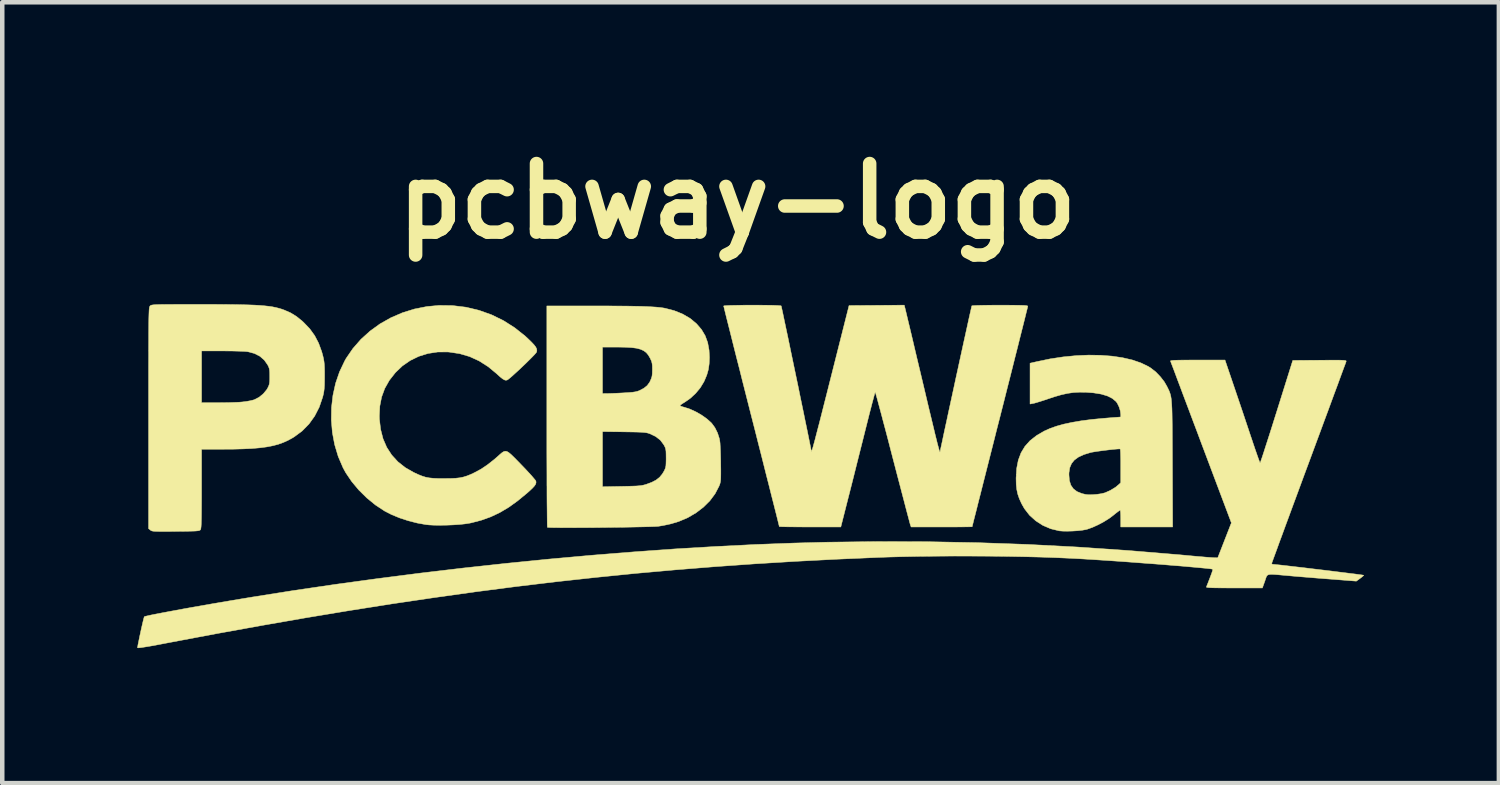
<source format=kicad_pcb>
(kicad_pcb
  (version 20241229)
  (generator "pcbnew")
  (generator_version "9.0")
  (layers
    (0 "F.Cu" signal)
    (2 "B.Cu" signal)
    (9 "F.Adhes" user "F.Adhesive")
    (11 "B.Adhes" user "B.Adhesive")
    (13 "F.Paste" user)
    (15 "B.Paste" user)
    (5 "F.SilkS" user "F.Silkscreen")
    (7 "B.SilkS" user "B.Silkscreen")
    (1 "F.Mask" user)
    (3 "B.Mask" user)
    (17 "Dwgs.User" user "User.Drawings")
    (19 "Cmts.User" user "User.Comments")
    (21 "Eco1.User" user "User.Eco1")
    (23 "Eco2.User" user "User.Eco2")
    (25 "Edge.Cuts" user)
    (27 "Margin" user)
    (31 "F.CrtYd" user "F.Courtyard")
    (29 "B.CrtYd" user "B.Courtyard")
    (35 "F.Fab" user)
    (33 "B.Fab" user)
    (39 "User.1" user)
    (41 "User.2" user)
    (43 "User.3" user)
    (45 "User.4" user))
  (footprint "pcbway-logo"
    (layer "F.Cu")
    (at 13.332 7.218)
    (property "Reference" "pcbway-logo" (at 0 -5.8 0) (layer "F.SilkS") (effects (font (size 1.524 1.524) (thickness 0.3))))
    (attr through_hole)
    (fp_poly (pts (xy -6.325 -3.479) (xy -6.029 -3.443) (xy -5.74 -3.374) (xy -5.462 -3.275) (xy -5.196 -3.145) (xy -4.946 -2.986) (xy -4.711 -2.799) (xy -4.649 -2.741) (xy -4.57 -2.664) (xy -4.514 -2.604) (xy -4.479 -2.557) (xy -4.46 -2.517) (xy -4.455 -2.481) (xy -4.46 -2.449) (xy -4.475 -2.427) (xy -4.51 -2.387) (xy -4.563 -2.332) (xy -4.629 -2.266) (xy -4.703 -2.193) (xy -4.782 -2.118) (xy -4.861 -2.043) (xy -4.937 -1.974) (xy -5.004 -1.913) (xy -5.06 -1.865) (xy -5.1 -1.834) (xy -5.116 -1.825) (xy -5.144 -1.82) (xy -5.175 -1.828) (xy -5.215 -1.851) (xy -5.268 -1.893) (xy -5.339 -1.957) (xy -5.342 -1.961) (xy -5.537 -2.122) (xy -5.738 -2.25) (xy -5.948 -2.346) (xy -6.169 -2.411) (xy -6.402 -2.446) (xy -6.435 -2.449) (xy -6.658 -2.448) (xy -6.873 -2.415) (xy -7.077 -2.352) (xy -7.267 -2.26) (xy -7.442 -2.139) (xy -7.597 -1.991) (xy -7.733 -1.817) (xy -7.733 -1.817) (xy -7.834 -1.638) (xy -7.904 -1.448) (xy -7.944 -1.245) (xy -7.955 -1.028) (xy -7.953 -0.957) (xy -7.926 -0.729) (xy -7.872 -0.519) (xy -7.79 -0.33) (xy -7.68 -0.16) (xy -7.543 -0.01) (xy -7.379 0.12) (xy -7.189 0.229) (xy -7.188 0.229) (xy -7.091 0.274) (xy -7.006 0.308) (xy -6.927 0.333) (xy -6.844 0.349) (xy -6.752 0.358) (xy -6.64 0.363) (xy -6.511 0.363) (xy -6.374 0.362) (xy -6.263 0.357) (xy -6.17 0.347) (xy -6.087 0.33) (xy -6.007 0.305) (xy -5.922 0.271) (xy -5.834 0.229) (xy -5.693 0.153) (xy -5.551 0.057) (xy -5.401 -0.061) (xy -5.324 -0.128) (xy -5.271 -0.176) (xy -5.228 -0.212) (xy -5.191 -0.235) (xy -5.157 -0.244) (xy -5.12 -0.238) (xy -5.079 -0.214) (xy -5.028 -0.172) (xy -4.964 -0.11) (xy -4.882 -0.027) (xy -4.797 0.061) (xy -4.713 0.148) (xy -4.637 0.23) (xy -4.572 0.301) (xy -4.522 0.36) (xy -4.488 0.401) (xy -4.476 0.42) (xy -4.473 0.453) (xy -4.481 0.486) (xy -4.505 0.524) (xy -4.547 0.571) (xy -4.61 0.631) (xy -4.674 0.688) (xy -4.882 0.859) (xy -5.082 1.003) (xy -5.28 1.12) (xy -5.481 1.215) (xy -5.691 1.29) (xy -5.914 1.348) (xy -5.956 1.356) (xy -6.052 1.371) (xy -6.173 1.384) (xy -6.31 1.393) (xy -6.455 1.399) (xy -6.599 1.401) (xy -6.734 1.4) (xy -6.85 1.394) (xy -6.917 1.387) (xy -7.112 1.352) (xy -7.312 1.301) (xy -7.507 1.237) (xy -7.688 1.162) (xy -7.838 1.085) (xy -8.041 0.951) (xy -8.233 0.794) (xy -8.411 0.618) (xy -8.568 0.43) (xy -8.7 0.235) (xy -8.761 0.123) (xy -8.868 -0.126) (xy -8.947 -0.389) (xy -8.998 -0.66) (xy -9.021 -0.936) (xy -9.017 -1.213) (xy -8.985 -1.486) (xy -8.926 -1.753) (xy -8.839 -2.007) (xy -8.725 -2.247) (xy -8.694 -2.303) (xy -8.542 -2.525) (xy -8.364 -2.729) (xy -8.163 -2.911) (xy -7.941 -3.072) (xy -7.7 -3.208) (xy -7.444 -3.319) (xy -7.175 -3.403) (xy -6.896 -3.458) (xy -6.628 -3.483) (xy -6.325 -3.479)) (stroke (width 0.01) (type solid)) (fill yes) (layer "F.SilkS"))
    (fp_poly (pts (xy 8.07 -2.375) (xy 8.323 -2.356) (xy 8.558 -2.321) (xy 8.774 -2.271) (xy 8.966 -2.205) (xy 9.131 -2.125) (xy 9.185 -2.091) (xy 9.293 -2.007) (xy 9.395 -1.901) (xy 9.484 -1.787) (xy 9.54 -1.69) (xy 9.561 -1.648) (xy 9.579 -1.611) (xy 9.595 -1.576) (xy 9.608 -1.541) (xy 9.62 -1.503) (xy 9.63 -1.461) (xy 9.638 -1.411) (xy 9.644 -1.352) (xy 9.649 -1.28) (xy 9.654 -1.194) (xy 9.657 -1.091) (xy 9.659 -0.968) (xy 9.661 -0.824) (xy 9.662 -0.656) (xy 9.663 -0.461) (xy 9.664 -0.238) (xy 9.665 0.017) (xy 9.665 0.038) (xy 9.67 1.439) (xy 8.517 1.439) (xy 8.517 1.253) (xy 8.516 1.178) (xy 8.513 1.118) (xy 8.508 1.078) (xy 8.502 1.067) (xy 8.484 1.077) (xy 8.446 1.105) (xy 8.394 1.145) (xy 8.354 1.178) (xy 8.257 1.251) (xy 8.141 1.323) (xy 8.016 1.39) (xy 7.893 1.446) (xy 7.78 1.487) (xy 7.739 1.498) (xy 7.659 1.512) (xy 7.558 1.523) (xy 7.447 1.53) (xy 7.336 1.533) (xy 7.236 1.532) (xy 7.157 1.526) (xy 7.149 1.525) (xy 6.961 1.479) (xy 6.786 1.404) (xy 6.629 1.303) (xy 6.491 1.179) (xy 6.377 1.032) (xy 6.315 0.923) (xy 6.264 0.811) (xy 6.229 0.709) (xy 6.207 0.607) (xy 6.195 0.495) (xy 6.192 0.36) (xy 6.192 0.347) (xy 6.197 0.279) (xy 7.366 0.279) (xy 7.376 0.407) (xy 7.408 0.51) (xy 7.464 0.591) (xy 7.545 0.653) (xy 7.654 0.697) (xy 7.739 0.717) (xy 7.806 0.724) (xy 7.893 0.722) (xy 7.989 0.714) (xy 8.081 0.701) (xy 8.156 0.683) (xy 8.169 0.679) (xy 8.286 0.627) (xy 8.398 0.559) (xy 8.471 0.499) (xy 8.517 0.456) (xy 8.517 0.085) (xy 8.517 -0.024) (xy 8.515 -0.12) (xy 8.513 -0.2) (xy 8.51 -0.258) (xy 8.506 -0.289) (xy 8.505 -0.293) (xy 8.482 -0.295) (xy 8.433 -0.292) (xy 8.363 -0.286) (xy 8.279 -0.277) (xy 8.187 -0.266) (xy 8.093 -0.254) (xy 8.005 -0.242) (xy 7.928 -0.23) (xy 7.869 -0.22) (xy 7.847 -0.215) (xy 7.697 -0.169) (xy 7.578 -0.114) (xy 7.487 -0.048) (xy 7.424 0.03) (xy 7.384 0.124) (xy 7.367 0.236) (xy 7.366 0.279) (xy 6.197 0.279) (xy 6.205 0.139) (xy 6.241 -0.045) (xy 6.302 -0.208) (xy 6.389 -0.352) (xy 6.504 -0.48) (xy 6.647 -0.592) (xy 6.817 -0.691) (xy 6.946 -0.749) (xy 7.09 -0.8) (xy 7.251 -0.845) (xy 7.434 -0.884) (xy 7.639 -0.919) (xy 7.87 -0.949) (xy 8.131 -0.974) (xy 8.352 -0.992) (xy 8.517 -1.004) (xy 8.517 -1.058) (xy 8.507 -1.141) (xy 8.479 -1.23) (xy 8.44 -1.31) (xy 8.413 -1.347) (xy 8.331 -1.416) (xy 8.222 -1.471) (xy 8.082 -1.513) (xy 7.913 -1.54) (xy 7.746 -1.553) (xy 7.604 -1.555) (xy 7.47 -1.548) (xy 7.337 -1.529) (xy 7.197 -1.498) (xy 7.041 -1.453) (xy 6.912 -1.41) (xy 6.817 -1.378) (xy 6.727 -1.349) (xy 6.651 -1.326) (xy 6.595 -1.31) (xy 6.574 -1.306) (xy 6.502 -1.292) (xy 6.502 -2.199) (xy 6.655 -2.234) (xy 6.948 -2.295) (xy 7.239 -2.339) (xy 7.525 -2.367) (xy 7.803 -2.379) (xy 8.07 -2.375)) (stroke (width 0.01) (type solid)) (fill yes) (layer "F.SilkS"))
    (fp_poly (pts (xy -11.948 -3.505) (xy -11.676 -3.505) (xy -11.435 -3.504) (xy -11.224 -3.502) (xy -11.038 -3.499) (xy -10.876 -3.495) (xy -10.735 -3.49) (xy -10.613 -3.483) (xy -10.506 -3.474) (xy -10.414 -3.464) (xy -10.332 -3.452) (xy -10.258 -3.437) (xy -10.19 -3.42) (xy -10.126 -3.401) (xy -10.07 -3.381) (xy -9.928 -3.319) (xy -9.797 -3.239) (xy -9.668 -3.135) (xy -9.638 -3.107) (xy -9.501 -2.964) (xy -9.391 -2.812) (xy -9.304 -2.645) (xy -9.235 -2.457) (xy -9.208 -2.359) (xy -9.194 -2.298) (xy -9.184 -2.24) (xy -9.177 -2.177) (xy -9.173 -2.103) (xy -9.171 -2.009) (xy -9.171 -1.905) (xy -9.172 -1.79) (xy -9.174 -1.702) (xy -9.179 -1.632) (xy -9.186 -1.573) (xy -9.196 -1.517) (xy -9.211 -1.456) (xy -9.216 -1.438) (xy -9.29 -1.222) (xy -9.391 -1.025) (xy -9.518 -0.848) (xy -9.669 -0.694) (xy -9.844 -0.564) (xy -9.883 -0.54) (xy -9.985 -0.484) (xy -10.09 -0.437) (xy -10.201 -0.397) (xy -10.323 -0.365) (xy -10.459 -0.339) (xy -10.611 -0.319) (xy -10.784 -0.304) (xy -10.981 -0.295) (xy -11.204 -0.289) (xy -11.441 -0.288) (xy -11.904 -0.288) (xy -11.904 0.589) (xy -11.904 0.789) (xy -11.905 0.958) (xy -11.906 1.098) (xy -11.907 1.213) (xy -11.909 1.303) (xy -11.911 1.373) (xy -11.914 1.425) (xy -11.918 1.462) (xy -11.922 1.485) (xy -11.927 1.499) (xy -11.928 1.5) (xy -11.937 1.509) (xy -11.949 1.516) (xy -11.969 1.522) (xy -12.001 1.526) (xy -12.048 1.53) (xy -12.114 1.532) (xy -12.202 1.534) (xy -12.317 1.536) (xy -12.461 1.537) (xy -12.476 1.537) (xy -12.623 1.539) (xy -12.74 1.539) (xy -12.831 1.539) (xy -12.9 1.538) (xy -12.95 1.536) (xy -12.985 1.532) (xy -13.009 1.527) (xy -13.025 1.52) (xy -13.039 1.511) (xy -13.04 1.509) (xy -13.081 1.476) (xy -13.081 -0.979) (xy -13.081 -1.316) (xy -13.081 -1.321) (xy -11.904 -1.321) (xy -11.533 -1.321) (xy -11.411 -1.322) (xy -11.289 -1.324) (xy -11.173 -1.328) (xy -11.074 -1.332) (xy -10.999 -1.338) (xy -10.99 -1.339) (xy -10.905 -1.35) (xy -10.821 -1.365) (xy -10.752 -1.382) (xy -10.728 -1.39) (xy -10.624 -1.444) (xy -10.529 -1.523) (xy -10.453 -1.616) (xy -10.434 -1.649) (xy -10.413 -1.693) (xy -10.399 -1.734) (xy -10.392 -1.782) (xy -10.389 -1.846) (xy -10.389 -1.905) (xy -10.39 -1.987) (xy -10.394 -2.044) (xy -10.403 -2.089) (xy -10.419 -2.13) (xy -10.435 -2.161) (xy -10.51 -2.268) (xy -10.609 -2.354) (xy -10.731 -2.416) (xy -10.872 -2.453) (xy -10.884 -2.455) (xy -10.932 -2.46) (xy -11.008 -2.464) (xy -11.106 -2.467) (xy -11.22 -2.47) (xy -11.344 -2.471) (xy -11.451 -2.472) (xy -11.904 -2.472) (xy -11.904 -1.321) (xy -13.081 -1.321) (xy -13.081 -1.62) (xy -13.081 -1.894) (xy -13.081 -2.139) (xy -13.08 -2.357) (xy -13.08 -2.549) (xy -13.079 -2.717) (xy -13.079 -2.862) (xy -13.078 -2.987) (xy -13.077 -3.093) (xy -13.076 -3.182) (xy -13.074 -3.255) (xy -13.072 -3.314) (xy -13.07 -3.36) (xy -13.068 -3.395) (xy -13.065 -3.422) (xy -13.062 -3.44) (xy -13.058 -3.453) (xy -13.054 -3.462) (xy -13.05 -3.468) (xy -13.049 -3.47) (xy -13.042 -3.477) (xy -13.033 -3.483) (xy -13.02 -3.488) (xy -13.001 -3.492) (xy -12.972 -3.496) (xy -12.932 -3.499) (xy -12.877 -3.501) (xy -12.805 -3.503) (xy -12.714 -3.504) (xy -12.601 -3.504) (xy -12.463 -3.505) (xy -12.299 -3.505) (xy -12.105 -3.505) (xy -11.948 -3.505)) (stroke (width 0.01) (type solid)) (fill yes) (layer "F.SilkS"))
    (fp_poly (pts (xy -3.179 -3.471) (xy -2.914 -3.471) (xy -2.68 -3.469) (xy -2.475 -3.468) (xy -2.297 -3.465) (xy -2.143 -3.462) (xy -2.011 -3.457) (xy -1.899 -3.451) (xy -1.804 -3.445) (xy -1.723 -3.437) (xy -1.655 -3.428) (xy -1.609 -3.42) (xy -1.402 -3.366) (xy -1.214 -3.29) (xy -1.048 -3.193) (xy -0.908 -3.076) (xy -0.906 -3.074) (xy -0.797 -2.947) (xy -0.715 -2.809) (xy -0.66 -2.658) (xy -0.629 -2.489) (xy -0.621 -2.328) (xy -0.627 -2.183) (xy -0.645 -2.057) (xy -0.679 -1.938) (xy -0.732 -1.811) (xy -0.746 -1.782) (xy -0.825 -1.652) (xy -0.929 -1.527) (xy -1.05 -1.416) (xy -1.173 -1.331) (xy -1.225 -1.299) (xy -1.262 -1.272) (xy -1.276 -1.255) (xy -1.275 -1.253) (xy -1.252 -1.242) (xy -1.208 -1.228) (xy -1.178 -1.22) (xy -1.055 -1.18) (xy -0.924 -1.12) (xy -0.795 -1.046) (xy -0.678 -0.963) (xy -0.582 -0.877) (xy -0.569 -0.863) (xy -0.499 -0.767) (xy -0.441 -0.65) (xy -0.401 -0.526) (xy -0.391 -0.474) (xy -0.385 -0.425) (xy -0.381 -0.349) (xy -0.376 -0.251) (xy -0.373 -0.14) (xy -0.37 -0.021) (xy -0.37 0.034) (xy -0.368 0.16) (xy -0.368 0.258) (xy -0.369 0.332) (xy -0.371 0.388) (xy -0.376 0.43) (xy -0.383 0.464) (xy -0.392 0.494) (xy -0.405 0.526) (xy -0.408 0.534) (xy -0.495 0.701) (xy -0.611 0.857) (xy -0.754 0.999) (xy -0.919 1.125) (xy -1.103 1.233) (xy -1.304 1.318) (xy -1.474 1.369) (xy -1.563 1.389) (xy -1.661 1.409) (xy -1.749 1.423) (xy -1.753 1.424) (xy -1.791 1.427) (xy -1.859 1.43) (xy -1.951 1.433) (xy -2.066 1.436) (xy -2.199 1.439) (xy -2.348 1.442) (xy -2.509 1.445) (xy -2.679 1.447) (xy -2.854 1.449) (xy -3.032 1.451) (xy -3.209 1.453) (xy -3.382 1.454) (xy -3.547 1.454) (xy -3.702 1.455) (xy -3.842 1.455) (xy -3.966 1.454) (xy -4.068 1.453) (xy -4.147 1.452) (xy -4.199 1.449) (xy -4.22 1.447) (xy -4.221 1.447) (xy -4.222 1.428) (xy -4.224 1.378) (xy -4.225 1.298) (xy -4.226 1.19) (xy -4.227 1.055) (xy -4.229 0.896) (xy -4.23 0.715) (xy -4.23 0.546) (xy -2.997 0.546) (xy -2.57 0.538) (xy -2.435 0.535) (xy -2.329 0.532) (xy -2.246 0.529) (xy -2.182 0.524) (xy -2.132 0.518) (xy -2.089 0.51) (xy -2.05 0.5) (xy -2.024 0.492) (xy -1.9 0.446) (xy -1.805 0.396) (xy -1.73 0.337) (xy -1.669 0.264) (xy -1.628 0.196) (xy -1.609 0.156) (xy -1.596 0.12) (xy -1.588 0.079) (xy -1.585 0.024) (xy -1.583 -0.054) (xy -1.583 -0.093) (xy -1.584 -0.18) (xy -1.586 -0.242) (xy -1.592 -0.286) (xy -1.602 -0.322) (xy -1.619 -0.358) (xy -1.636 -0.389) (xy -1.712 -0.49) (xy -1.816 -0.571) (xy -1.942 -0.631) (xy -1.974 -0.642) (xy -2.006 -0.651) (xy -2.043 -0.657) (xy -2.09 -0.662) (xy -2.152 -0.666) (xy -2.232 -0.669) (xy -2.335 -0.671) (xy -2.467 -0.673) (xy -2.519 -0.674) (xy -2.997 -0.68) (xy -2.997 0.546) (xy -4.23 0.546) (xy -4.231 0.513) (xy -4.231 0.292) (xy -4.232 0.054) (xy -4.233 -0.198) (xy -4.233 -0.464) (xy -4.233 -0.74) (xy -4.233 -1.019) (xy -4.233 -2.557) (xy -2.997 -2.557) (xy -2.997 -1.524) (xy -2.891 -1.525) (xy -2.836 -1.526) (xy -2.756 -1.529) (xy -2.661 -1.533) (xy -2.56 -1.538) (xy -2.523 -1.54) (xy -2.413 -1.547) (xy -2.33 -1.554) (xy -2.268 -1.563) (xy -2.219 -1.575) (xy -2.177 -1.59) (xy -2.176 -1.591) (xy -2.077 -1.643) (xy -2.004 -1.702) (xy -1.95 -1.775) (xy -1.933 -1.81) (xy -1.91 -1.864) (xy -1.896 -1.914) (xy -1.89 -1.973) (xy -1.888 -2.052) (xy -1.888 -2.059) (xy -1.889 -2.137) (xy -1.895 -2.193) (xy -1.906 -2.239) (xy -1.927 -2.287) (xy -1.939 -2.312) (xy -1.979 -2.38) (xy -2.025 -2.435) (xy -2.082 -2.477) (xy -2.152 -2.509) (xy -2.24 -2.532) (xy -2.349 -2.546) (xy -2.485 -2.554) (xy -2.649 -2.557) (xy -2.662 -2.557) (xy -2.997 -2.557) (xy -4.233 -2.557) (xy -4.233 -3.471) (xy -3.179 -3.471)) (stroke (width 0.01) (type solid)) (fill yes) (layer "F.SilkS"))
    (fp_poly (pts (xy 0.52 -3.488) (xy 0.638 -3.487) (xy 0.746 -3.486) (xy 0.837 -3.483) (xy 0.909 -3.48) (xy 0.956 -3.476) (xy 0.973 -3.472) (xy 0.978 -3.454) (xy 0.988 -3.406) (xy 1.005 -3.33) (xy 1.026 -3.229) (xy 1.052 -3.105) (xy 1.082 -2.963) (xy 1.116 -2.804) (xy 1.152 -2.631) (xy 1.19 -2.447) (xy 1.23 -2.255) (xy 1.271 -2.058) (xy 1.313 -1.857) (xy 1.355 -1.657) (xy 1.395 -1.459) (xy 1.435 -1.267) (xy 1.473 -1.084) (xy 1.508 -0.911) (xy 1.541 -0.753) (xy 1.57 -0.611) (xy 1.595 -0.488) (xy 1.615 -0.387) (xy 1.63 -0.312) (xy 1.64 -0.264) (xy 1.642 -0.247) (xy 1.644 -0.237) (xy 1.648 -0.24) (xy 1.655 -0.256) (xy 1.665 -0.288) (xy 1.68 -0.336) (xy 1.698 -0.403) (xy 1.722 -0.489) (xy 1.75 -0.598) (xy 1.784 -0.729) (xy 1.825 -0.885) (xy 1.871 -1.066) (xy 1.924 -1.276) (xy 1.985 -1.515) (xy 2.053 -1.785) (xy 2.074 -1.868) (xy 2.481 -3.48) (xy 3.094 -3.484) (xy 3.707 -3.489) (xy 3.724 -3.425) (xy 3.73 -3.4) (xy 3.744 -3.343) (xy 3.764 -3.259) (xy 3.79 -3.149) (xy 3.822 -3.016) (xy 3.859 -2.862) (xy 3.9 -2.689) (xy 3.944 -2.501) (xy 3.992 -2.298) (xy 4.043 -2.085) (xy 4.096 -1.862) (xy 4.106 -1.82) (xy 4.171 -1.546) (xy 4.228 -1.304) (xy 4.279 -1.091) (xy 4.324 -0.905) (xy 4.362 -0.747) (xy 4.394 -0.612) (xy 4.422 -0.501) (xy 4.444 -0.411) (xy 4.463 -0.341) (xy 4.477 -0.289) (xy 4.488 -0.253) (xy 4.495 -0.231) (xy 4.5 -0.223) (xy 4.503 -0.226) (xy 4.503 -0.23) (xy 4.507 -0.251) (xy 4.517 -0.302) (xy 4.534 -0.38) (xy 4.556 -0.482) (xy 4.582 -0.607) (xy 4.613 -0.751) (xy 4.648 -0.911) (xy 4.685 -1.085) (xy 4.725 -1.269) (xy 4.767 -1.462) (xy 4.81 -1.66) (xy 4.853 -1.861) (xy 4.897 -2.061) (xy 4.94 -2.259) (xy 4.982 -2.451) (xy 5.022 -2.635) (xy 5.06 -2.807) (xy 5.095 -2.966) (xy 5.126 -3.108) (xy 5.153 -3.231) (xy 5.176 -3.332) (xy 5.193 -3.407) (xy 5.204 -3.456) (xy 5.208 -3.473) (xy 5.227 -3.477) (xy 5.275 -3.48) (xy 5.35 -3.483) (xy 5.447 -3.485) (xy 5.563 -3.487) (xy 5.693 -3.488) (xy 5.834 -3.488) (xy 5.835 -3.488) (xy 6 -3.488) (xy 6.134 -3.487) (xy 6.24 -3.486) (xy 6.321 -3.484) (xy 6.38 -3.482) (xy 6.419 -3.478) (xy 6.442 -3.473) (xy 6.451 -3.468) (xy 6.452 -3.466) (xy 6.448 -3.447) (xy 6.436 -3.397) (xy 6.416 -3.318) (xy 6.39 -3.212) (xy 6.357 -3.08) (xy 6.318 -2.925) (xy 6.273 -2.747) (xy 6.224 -2.55) (xy 6.169 -2.334) (xy 6.111 -2.102) (xy 6.049 -1.856) (xy 5.983 -1.597) (xy 5.915 -1.326) (xy 5.844 -1.047) (xy 5.834 -1.007) (xy 5.762 -0.727) (xy 5.694 -0.456) (xy 5.628 -0.196) (xy 5.565 0.052) (xy 5.506 0.285) (xy 5.451 0.502) (xy 5.401 0.701) (xy 5.355 0.88) (xy 5.316 1.037) (xy 5.282 1.17) (xy 5.254 1.279) (xy 5.234 1.36) (xy 5.221 1.412) (xy 5.216 1.434) (xy 5.215 1.434) (xy 5.199 1.435) (xy 5.153 1.436) (xy 5.079 1.437) (xy 4.983 1.438) (xy 4.867 1.439) (xy 4.735 1.439) (xy 4.591 1.439) (xy 4.538 1.439) (xy 3.86 1.439) (xy 3.846 1.401) (xy 3.839 1.379) (xy 3.825 1.327) (xy 3.804 1.247) (xy 3.776 1.142) (xy 3.742 1.013) (xy 3.703 0.863) (xy 3.659 0.695) (xy 3.611 0.511) (xy 3.559 0.314) (xy 3.505 0.106) (xy 3.452 -0.097) (xy 3.396 -0.313) (xy 3.343 -0.519) (xy 3.292 -0.713) (xy 3.244 -0.893) (xy 3.201 -1.056) (xy 3.162 -1.201) (xy 3.129 -1.324) (xy 3.102 -1.424) (xy 3.081 -1.497) (xy 3.068 -1.543) (xy 3.063 -1.558) (xy 3.057 -1.542) (xy 3.043 -1.496) (xy 3.024 -1.424) (xy 2.998 -1.328) (xy 2.968 -1.212) (xy 2.933 -1.078) (xy 2.896 -0.93) (xy 2.856 -0.771) (xy 2.846 -0.732) (xy 2.798 -0.539) (xy 2.745 -0.329) (xy 2.69 -0.111) (xy 2.635 0.108) (xy 2.582 0.321) (xy 2.532 0.519) (xy 2.487 0.696) (xy 2.469 0.766) (xy 2.298 1.439) (xy 1.615 1.439) (xy 1.466 1.439) (xy 1.329 1.438) (xy 1.206 1.437) (xy 1.102 1.436) (xy 1.019 1.434) (xy 0.962 1.432) (xy 0.934 1.43) (xy 0.931 1.429) (xy 0.927 1.411) (xy 0.915 1.363) (xy 0.896 1.286) (xy 0.87 1.181) (xy 0.837 1.05) (xy 0.798 0.896) (xy 0.753 0.72) (xy 0.704 0.523) (xy 0.649 0.309) (xy 0.591 0.078) (xy 0.529 -0.168) (xy 0.463 -0.427) (xy 0.395 -0.697) (xy 0.324 -0.975) (xy 0.313 -1.017) (xy 0.242 -1.297) (xy 0.173 -1.569) (xy 0.107 -1.829) (xy 0.045 -2.078) (xy -0.015 -2.311) (xy -0.07 -2.529) (xy -0.12 -2.729) (xy -0.165 -2.909) (xy -0.205 -3.067) (xy -0.239 -3.201) (xy -0.266 -3.311) (xy -0.286 -3.393) (xy -0.299 -3.447) (xy -0.305 -3.47) (xy -0.305 -3.47) (xy -0.289 -3.475) (xy -0.243 -3.478) (xy -0.173 -3.482) (xy -0.082 -3.484) (xy 0.025 -3.486) (xy 0.143 -3.488) (xy 0.268 -3.489) (xy 0.395 -3.489) (xy 0.52 -3.488)) (stroke (width 0.01) (type solid)) (fill yes) (layer "F.SilkS"))
    (fp_poly (pts (xy 11.036 -1.672) (xy 11.093 -1.504) (xy 11.156 -1.318) (xy 11.222 -1.123) (xy 11.287 -0.928) (xy 11.349 -0.743) (xy 11.404 -0.578) (xy 11.421 -0.529) (xy 11.464 -0.4) (xy 11.504 -0.282) (xy 11.54 -0.179) (xy 11.57 -0.093) (xy 11.593 -0.03) (xy 11.608 0.007) (xy 11.613 0.017) (xy 11.62 0.001) (xy 11.636 -0.045) (xy 11.661 -0.117) (xy 11.693 -0.215) (xy 11.731 -0.334) (xy 11.776 -0.473) (xy 11.826 -0.628) (xy 11.88 -0.798) (xy 11.937 -0.98) (xy 11.982 -1.122) (xy 12.339 -2.261) (xy 12.936 -2.265) (xy 13.094 -2.266) (xy 13.222 -2.267) (xy 13.322 -2.267) (xy 13.398 -2.266) (xy 13.452 -2.264) (xy 13.489 -2.261) (xy 13.512 -2.257) (xy 13.523 -2.252) (xy 13.526 -2.245) (xy 13.525 -2.24) (xy 13.519 -2.22) (xy 13.501 -2.171) (xy 13.472 -2.094) (xy 13.434 -1.991) (xy 13.387 -1.863) (xy 13.332 -1.712) (xy 13.268 -1.541) (xy 13.198 -1.351) (xy 13.122 -1.144) (xy 13.039 -0.921) (xy 12.952 -0.685) (xy 12.86 -0.437) (xy 12.765 -0.18) (xy 12.694 0.012) (xy 12.596 0.275) (xy 12.502 0.53) (xy 12.412 0.774) (xy 12.326 1.006) (xy 12.246 1.224) (xy 12.171 1.426) (xy 12.104 1.61) (xy 12.043 1.774) (xy 11.991 1.918) (xy 11.947 2.038) (xy 11.912 2.133) (xy 11.887 2.202) (xy 11.873 2.241) (xy 11.87 2.251) (xy 11.884 2.267) (xy 11.898 2.269) (xy 11.926 2.271) (xy 11.983 2.277) (xy 12.065 2.285) (xy 12.168 2.297) (xy 12.29 2.311) (xy 12.427 2.327) (xy 12.575 2.344) (xy 12.73 2.363) (xy 12.889 2.382) (xy 13.049 2.401) (xy 13.205 2.42) (xy 13.355 2.439) (xy 13.494 2.456) (xy 13.619 2.472) (xy 13.727 2.485) (xy 13.813 2.497) (xy 13.875 2.505) (xy 13.909 2.511) (xy 13.914 2.512) (xy 13.905 2.525) (xy 13.875 2.551) (xy 13.836 2.581) (xy 13.751 2.643) (xy 13.188 2.599) (xy 13.03 2.587) (xy 12.863 2.574) (xy 12.695 2.56) (xy 12.534 2.547) (xy 12.389 2.535) (xy 12.267 2.524) (xy 12.247 2.522) (xy 12.109 2.51) (xy 12 2.5) (xy 11.917 2.494) (xy 11.857 2.492) (xy 11.813 2.496) (xy 11.784 2.506) (xy 11.764 2.524) (xy 11.75 2.55) (xy 11.738 2.584) (xy 11.723 2.629) (xy 11.719 2.642) (xy 11.664 2.794) (xy 11.037 2.794) (xy 10.869 2.794) (xy 10.732 2.793) (xy 10.624 2.792) (xy 10.541 2.79) (xy 10.482 2.787) (xy 10.444 2.783) (xy 10.424 2.779) (xy 10.419 2.773) (xy 10.419 2.773) (xy 10.452 2.691) (xy 10.484 2.608) (xy 10.514 2.53) (xy 10.539 2.462) (xy 10.556 2.411) (xy 10.564 2.383) (xy 10.564 2.38) (xy 10.543 2.374) (xy 10.492 2.367) (xy 10.412 2.358) (xy 10.307 2.348) (xy 10.178 2.336) (xy 10.03 2.323) (xy 9.865 2.308) (xy 9.684 2.294) (xy 9.492 2.278) (xy 9.291 2.262) (xy 9.084 2.247) (xy 8.872 2.231) (xy 8.66 2.215) (xy 8.45 2.2) (xy 8.245 2.186) (xy 8.046 2.173) (xy 7.858 2.161) (xy 7.683 2.15) (xy 7.523 2.141) (xy 7.4 2.135) (xy 7.087 2.121) (xy 6.747 2.109) (xy 6.384 2.1) (xy 6.004 2.093) (xy 5.613 2.088) (xy 5.216 2.086) (xy 4.819 2.085) (xy 4.428 2.088) (xy 4.048 2.092) (xy 3.686 2.099) (xy 3.346 2.108) (xy 3.124 2.116) (xy 2.202 2.156) (xy 1.293 2.203) (xy 0.395 2.258) (xy -0.495 2.321) (xy -1.38 2.392) (xy -2.263 2.471) (xy -3.146 2.56) (xy -4.033 2.657) (xy -4.925 2.764) (xy -5.826 2.881) (xy -6.739 3.009) (xy -7.666 3.146) (xy -8.611 3.295) (xy -9.575 3.455) (xy -10.562 3.627) (xy -11.575 3.81) (xy -12.616 4.006) (xy -12.721 4.026) (xy -12.903 4.061) (xy -13.053 4.088) (xy -13.169 4.107) (xy -13.254 4.12) (xy -13.306 4.125) (xy -13.326 4.123) (xy -13.327 4.122) (xy -13.323 4.095) (xy -13.314 4.043) (xy -13.299 3.971) (xy -13.282 3.886) (xy -13.262 3.794) (xy -13.242 3.7) (xy -13.222 3.613) (xy -13.204 3.536) (xy -13.189 3.476) (xy -13.179 3.441) (xy -13.176 3.433) (xy -13.155 3.425) (xy -13.103 3.413) (xy -13.023 3.395) (xy -12.917 3.374) (xy -12.788 3.349) (xy -12.638 3.321) (xy -12.471 3.29) (xy -12.288 3.256) (xy -12.092 3.221) (xy -11.885 3.185) (xy -11.671 3.147) (xy -11.452 3.11) (xy -11.231 3.072) (xy -11.009 3.035) (xy -10.79 2.999) (xy -10.787 2.998) (xy -9.871 2.853) (xy -8.94 2.716) (xy -7.997 2.587) (xy -7.047 2.465) (xy -6.092 2.352) (xy -5.137 2.248) (xy -4.185 2.153) (xy -3.24 2.068) (xy -2.305 1.993) (xy -1.385 1.927) (xy -0.481 1.873) (xy 0.4 1.829) (xy 1.257 1.797) (xy 1.964 1.778) (xy 3.101 1.764) (xy 4.221 1.767) (xy 5.332 1.788) (xy 6.44 1.827) (xy 7.553 1.885) (xy 8.678 1.962) (xy 9.823 2.057) (xy 9.931 2.067) (xy 10.07 2.08) (xy 10.202 2.092) (xy 10.322 2.102) (xy 10.425 2.111) (xy 10.507 2.117) (xy 10.563 2.121) (xy 10.581 2.122) (xy 10.672 2.125) (xy 10.975 1.348) (xy 10.302 -0.439) (xy 10.214 -0.675) (xy 10.128 -0.902) (xy 10.047 -1.118) (xy 9.97 -1.322) (xy 9.899 -1.51) (xy 9.835 -1.682) (xy 9.777 -1.835) (xy 9.728 -1.967) (xy 9.687 -2.076) (xy 9.655 -2.16) (xy 9.633 -2.217) (xy 9.623 -2.245) (xy 9.622 -2.248) (xy 9.627 -2.254) (xy 9.647 -2.258) (xy 9.685 -2.262) (xy 9.744 -2.265) (xy 9.827 -2.267) (xy 9.935 -2.268) (xy 10.073 -2.269) (xy 10.224 -2.269) (xy 10.833 -2.269) (xy 11.036 -1.672)) (stroke (width 0.01) (type solid)) (fill yes) (layer "F.SilkS")))
  (gr_rect
    (start -3 -3)
    (end 30.25 14.348)
    (stroke (width 0.1) (type default))
    (fill no)
    (layer "Edge.Cuts")))
</source>
